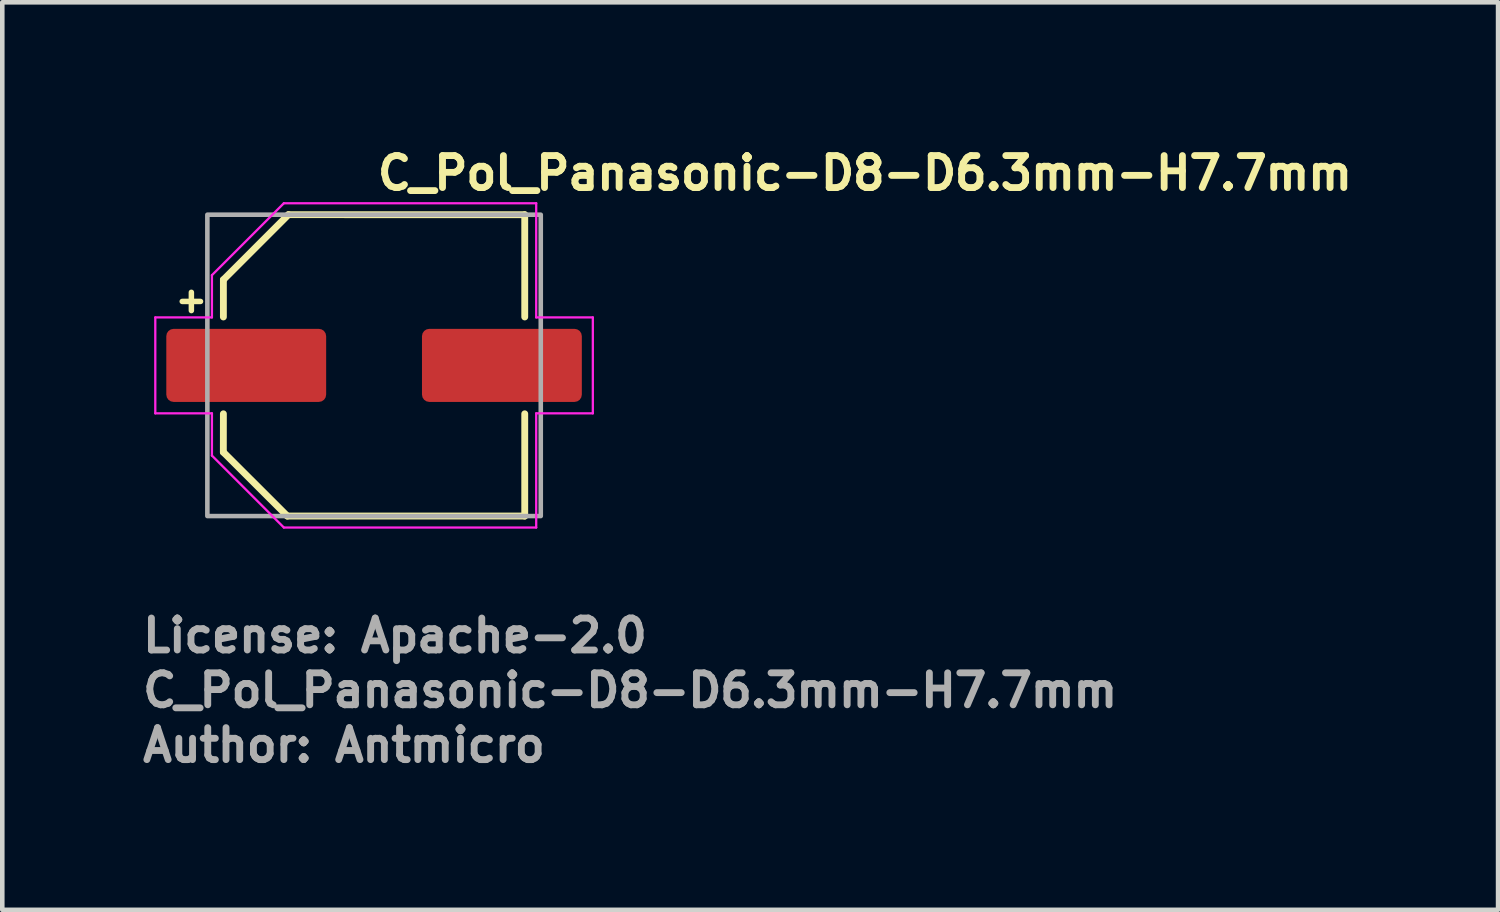
<source format=kicad_pcb>
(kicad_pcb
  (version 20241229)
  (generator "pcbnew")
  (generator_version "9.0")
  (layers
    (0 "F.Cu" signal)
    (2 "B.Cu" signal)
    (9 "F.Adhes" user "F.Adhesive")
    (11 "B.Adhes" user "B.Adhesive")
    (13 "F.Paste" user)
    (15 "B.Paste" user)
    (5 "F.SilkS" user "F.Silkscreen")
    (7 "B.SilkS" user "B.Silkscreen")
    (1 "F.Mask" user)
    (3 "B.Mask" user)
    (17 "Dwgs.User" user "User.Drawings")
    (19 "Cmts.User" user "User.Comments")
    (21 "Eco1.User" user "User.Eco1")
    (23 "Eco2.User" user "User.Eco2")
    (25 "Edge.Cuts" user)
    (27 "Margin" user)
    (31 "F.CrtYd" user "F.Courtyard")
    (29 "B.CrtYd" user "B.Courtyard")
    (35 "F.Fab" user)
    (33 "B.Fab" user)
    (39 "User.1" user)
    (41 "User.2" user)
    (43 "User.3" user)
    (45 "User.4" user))
  (footprint "C_Pol_Panasonic-D8-D6.3mm-H7.7mm"
    (layer "F.Cu")
    (at 5.14 4.95)
    (property "Reference" "C_Pol_Panasonic-D8-D6.3mm-H7.7mm" (at 0 -3.8 0) (layer "F.SilkS") (effects (font (size 0.7 0.7) (thickness 0.15)) (justify left bottom)))
    (attr smd)
    (fp_line (start -4.2 -1.4) (end -3.8 -1.4) (stroke (width 0.12) (type solid)) (layer "F.SilkS"))
    (fp_line (start -4 -1.6) (end -4 -1.2) (stroke (width 0.12) (type solid)) (layer "F.SilkS"))
    (fp_line (start -3.3 1.9) (end -3.299 1.06) (stroke (width 0.15) (type solid)) (layer "F.SilkS"))
    (fp_line (start -3.3 1.9) (end -1.899 3.299) (stroke (width 0.15) (type solid)) (layer "F.SilkS"))
    (fp_line (start -3.299 -1.875) (end -3.299 -1.06) (stroke (width 0.15) (type solid)) (layer "F.SilkS"))
    (fp_line (start -3.299 -1.875) (end -1.875 -3.3) (stroke (width 0.15) (type solid)) (layer "F.SilkS"))
    (fp_line (start -1.899 3.299) (end 3.299 3.299) (stroke (width 0.15) (type solid)) (layer "F.SilkS"))
    (fp_line (start -1.875 -3.3) (end 3.299 -3.299) (stroke (width 0.15) (type solid)) (layer "F.SilkS"))
    (fp_line (start 3.299 -3.299) (end 3.299 -1.06) (stroke (width 0.15) (type solid)) (layer "F.SilkS"))
    (fp_line (start 3.299 3.299) (end 3.299 1.06) (stroke (width 0.15) (type solid)) (layer "F.SilkS"))
    (fp_line (start -4.79 1.05) (end -4.79 -1.05) (stroke (width 0.05) (type solid)) (layer "F.CrtYd"))
    (fp_line (start -4.79 1.05) (end -3.55 1.05) (stroke (width 0.05) (type solid)) (layer "F.CrtYd"))
    (fp_line (start -3.55 -1.975) (end -3.55 -1.05) (stroke (width 0.05) (type solid)) (layer "F.CrtYd"))
    (fp_line (start -3.55 -1.975) (end -1.975 -3.55) (stroke (width 0.05) (type solid)) (layer "F.CrtYd"))
    (fp_line (start -3.55 -1.05) (end -4.79 -1.05) (stroke (width 0.05) (type solid)) (layer "F.CrtYd"))
    (fp_line (start -3.55 1.975) (end -3.55 1.05) (stroke (width 0.05) (type solid)) (layer "F.CrtYd"))
    (fp_line (start -1.975 -3.55) (end 3.55 -3.55) (stroke (width 0.05) (type solid)) (layer "F.CrtYd"))
    (fp_line (start -1.975 3.55) (end -3.55 1.975) (stroke (width 0.05) (type solid)) (layer "F.CrtYd"))
    (fp_line (start -1.975 3.55) (end 3.55 3.55) (stroke (width 0.05) (type solid)) (layer "F.CrtYd"))
    (fp_line (start 3.55 -3.55) (end 3.55 -1.05) (stroke (width 0.05) (type solid)) (layer "F.CrtYd"))
    (fp_line (start 3.55 -1.05) (end 4.79 -1.05) (stroke (width 0.05) (type solid)) (layer "F.CrtYd"))
    (fp_line (start 3.55 1.05) (end 3.55 3.55) (stroke (width 0.05) (type solid)) (layer "F.CrtYd"))
    (fp_line (start 4.79 -1.05) (end 4.79 1.05) (stroke (width 0.05) (type solid)) (layer "F.CrtYd"))
    (fp_line (start 4.79 1.05) (end 3.55 1.05) (stroke (width 0.05) (type solid)) (layer "F.CrtYd"))
    (fp_rect (start -3.65 -3.299) (end 3.65 3.299) (stroke (width 0.1) (type solid)) (fill no) (layer "F.Fab"))
    (fp_rect (start -3.65 -3.299) (end 3.65 3.299) (stroke (width 0.1) (type solid)) (fill no) (layer "User.5"))
    (fp_line (start -3.65 0.325) (end -3.65 -0.325) (stroke (width 0.02) (type solid)) (layer "User.9"))
    (fp_line (start -3.299 -1.1) (end -3.299 -1.899) (stroke (width 0.02) (type solid)) (layer "User.9"))
    (fp_line (start -3.299 -1.1) (end -3.299 1.1) (stroke (width 0.02) (type solid)) (layer "User.9"))
    (fp_line (start -3.299 -1.1) (end -3.057 -1.1) (stroke (width 0.02) (type solid)) (layer "User.9"))
    (fp_line (start -3.299 -0.325) (end -3.65 -0.325) (stroke (width 0.02) (type solid)) (layer "User.9"))
    (fp_line (start -3.299 0.325) (end -3.65 0.325) (stroke (width 0.02) (type solid)) (layer "User.9"))
    (fp_line (start -3.299 1.899) (end -3.299 1.1) (stroke (width 0.02) (type solid)) (layer "User.9"))
    (fp_line (start -3.299 1.899) (end -1.899 3.299) (stroke (width 0.02) (type solid)) (layer "User.9"))
    (fp_line (start -3.149 0) (end -3.145 -0.162) (stroke (width 0.02) (type solid)) (layer "User.9"))
    (fp_line (start -3.149 0) (end -3.145 -0.162) (stroke (width 0.02) (type solid)) (layer "User.9"))
    (fp_line (start -3.149 0) (end -3.145 -0.162) (stroke (width 0.02) (type solid)) (layer "User.9"))
    (fp_line (start -3.145 -0.162) (end -3.133 -0.321) (stroke (width 0.02) (type solid)) (layer "User.9"))
    (fp_line (start -3.145 -0.162) (end -3.133 -0.321) (stroke (width 0.02) (type solid)) (layer "User.9"))
    (fp_line (start -3.145 -0.162) (end -3.133 -0.321) (stroke (width 0.02) (type solid)) (layer "User.9"))
    (fp_line (start -3.145 0.162) (end -3.149 0) (stroke (width 0.02) (type solid)) (layer "User.9"))
    (fp_line (start -3.133 -0.321) (end -3.113 -0.479) (stroke (width 0.02) (type solid)) (layer "User.9"))
    (fp_line (start -3.133 -0.321) (end -3.113 -0.479) (stroke (width 0.02) (type solid)) (layer "User.9"))
    (fp_line (start -3.133 -0.321) (end -3.113 -0.479) (stroke (width 0.02) (type solid)) (layer "User.9"))
    (fp_line (start -3.133 0.322) (end -3.145 0.162) (stroke (width 0.02) (type solid)) (layer "User.9"))
    (fp_line (start -3.113 -0.479) (end -3.085 -0.634) (stroke (width 0.02) (type solid)) (layer "User.9"))
    (fp_line (start -3.113 -0.479) (end -3.085 -0.634) (stroke (width 0.02) (type solid)) (layer "User.9"))
    (fp_line (start -3.113 -0.479) (end -3.085 -0.634) (stroke (width 0.02) (type solid)) (layer "User.9"))
    (fp_line (start -3.113 0.479) (end -3.133 0.322) (stroke (width 0.02) (type solid)) (layer "User.9"))
    (fp_line (start -3.085 -0.634) (end -3.049 -0.786) (stroke (width 0.02) (type solid)) (layer "User.9"))
    (fp_line (start -3.085 -0.634) (end -3.049 -0.786) (stroke (width 0.02) (type solid)) (layer "User.9"))
    (fp_line (start -3.085 -0.634) (end -3.049 -0.786) (stroke (width 0.02) (type solid)) (layer "User.9"))
    (fp_line (start -3.085 0.634) (end -3.113 0.479) (stroke (width 0.02) (type solid)) (layer "User.9"))
    (fp_line (start -3.057 -1.1) (end -2.992 -1.268) (stroke (width 0.02) (type solid)) (layer "User.9"))
    (fp_line (start -3.057 1.1) (end -3.299 1.1) (stroke (width 0.02) (type solid)) (layer "User.9"))
    (fp_line (start -3.049 -0.786) (end -3.008 -0.936) (stroke (width 0.02) (type solid)) (layer "User.9"))
    (fp_line (start -3.049 -0.786) (end -3.008 -0.936) (stroke (width 0.02) (type solid)) (layer "User.9"))
    (fp_line (start -3.049 -0.786) (end -3.008 -0.936) (stroke (width 0.02) (type solid)) (layer "User.9"))
    (fp_line (start -3.049 0.787) (end -3.085 0.634) (stroke (width 0.02) (type solid)) (layer "User.9"))
    (fp_line (start -3.008 -0.936) (end -2.957 -1.082) (stroke (width 0.02) (type solid)) (layer "User.9"))
    (fp_line (start -3.008 -0.936) (end -2.957 -1.082) (stroke (width 0.02) (type solid)) (layer "User.9"))
    (fp_line (start -3.008 -0.936) (end -2.957 -1.082) (stroke (width 0.02) (type solid)) (layer "User.9"))
    (fp_line (start -3.008 0.936) (end -3.049 0.787) (stroke (width 0.02) (type solid)) (layer "User.9"))
    (fp_line (start -2.992 -1.268) (end -2.916 -1.432) (stroke (width 0.02) (type solid)) (layer "User.9"))
    (fp_line (start -2.992 1.268) (end -3.057 1.1) (stroke (width 0.02) (type solid)) (layer "User.9"))
    (fp_line (start -2.957 -1.082) (end -2.902 -1.225) (stroke (width 0.02) (type solid)) (layer "User.9"))
    (fp_line (start -2.957 -1.082) (end -2.902 -1.225) (stroke (width 0.02) (type solid)) (layer "User.9"))
    (fp_line (start -2.957 -1.082) (end -2.902 -1.225) (stroke (width 0.02) (type solid)) (layer "User.9"))
    (fp_line (start -2.957 1.082) (end -3.008 0.936) (stroke (width 0.02) (type solid)) (layer "User.9"))
    (fp_line (start -2.916 -1.432) (end -2.832 -1.591) (stroke (width 0.02) (type solid)) (layer "User.9"))
    (fp_line (start -2.916 1.432) (end -2.992 1.268) (stroke (width 0.02) (type solid)) (layer "User.9"))
    (fp_line (start -2.902 -1.225) (end -2.839 -1.365) (stroke (width 0.02) (type solid)) (layer "User.9"))
    (fp_line (start -2.902 -1.225) (end -2.839 -1.365) (stroke (width 0.02) (type solid)) (layer "User.9"))
    (fp_line (start -2.902 -1.225) (end -2.839 -1.365) (stroke (width 0.02) (type solid)) (layer "User.9"))
    (fp_line (start -2.902 1.225) (end -2.957 1.082) (stroke (width 0.02) (type solid)) (layer "User.9"))
    (fp_line (start -2.839 -1.365) (end -2.77 -1.5) (stroke (width 0.02) (type solid)) (layer "User.9"))
    (fp_line (start -2.839 -1.365) (end -2.77 -1.5) (stroke (width 0.02) (type solid)) (layer "User.9"))
    (fp_line (start -2.839 -1.365) (end -2.77 -1.5) (stroke (width 0.02) (type solid)) (layer "User.9"))
    (fp_line (start -2.838 1.365) (end -2.902 1.225) (stroke (width 0.02) (type solid)) (layer "User.9"))
    (fp_line (start -2.832 -1.591) (end -2.743 -1.744) (stroke (width 0.02) (type solid)) (layer "User.9"))
    (fp_line (start -2.832 1.591) (end -2.916 1.432) (stroke (width 0.02) (type solid)) (layer "User.9"))
    (fp_line (start -2.77 -1.5) (end -2.694 -1.632) (stroke (width 0.02) (type solid)) (layer "User.9"))
    (fp_line (start -2.77 -1.5) (end -2.694 -1.632) (stroke (width 0.02) (type solid)) (layer "User.9"))
    (fp_line (start -2.77 -1.5) (end -2.694 -1.632) (stroke (width 0.02) (type solid)) (layer "User.9"))
    (fp_line (start -2.77 1.501) (end -2.838 1.365) (stroke (width 0.02) (type solid)) (layer "User.9"))
    (fp_line (start -2.743 -1.744) (end -2.642 -1.892) (stroke (width 0.02) (type solid)) (layer "User.9"))
    (fp_line (start -2.743 1.744) (end -2.832 1.591) (stroke (width 0.02) (type solid)) (layer "User.9"))
    (fp_line (start -2.694 -1.632) (end -2.612 -1.76) (stroke (width 0.02) (type solid)) (layer "User.9"))
    (fp_line (start -2.694 -1.632) (end -2.612 -1.76) (stroke (width 0.02) (type solid)) (layer "User.9"))
    (fp_line (start -2.694 -1.632) (end -2.612 -1.76) (stroke (width 0.02) (type solid)) (layer "User.9"))
    (fp_line (start -2.694 1.632) (end -2.77 1.501) (stroke (width 0.02) (type solid)) (layer "User.9"))
    (fp_line (start -2.642 -1.892) (end -2.535 -2.032) (stroke (width 0.02) (type solid)) (layer "User.9"))
    (fp_line (start -2.642 1.892) (end -2.743 1.744) (stroke (width 0.02) (type solid)) (layer "User.9"))
    (fp_line (start -2.612 -1.76) (end -2.524 -1.883) (stroke (width 0.02) (type solid)) (layer "User.9"))
    (fp_line (start -2.612 -1.76) (end -2.524 -1.883) (stroke (width 0.02) (type solid)) (layer "User.9"))
    (fp_line (start -2.612 -1.76) (end -2.524 -1.883) (stroke (width 0.02) (type solid)) (layer "User.9"))
    (fp_line (start -2.612 1.76) (end -2.694 1.632) (stroke (width 0.02) (type solid)) (layer "User.9"))
    (fp_line (start -2.535 -2.032) (end -2.42 -2.169) (stroke (width 0.02) (type solid)) (layer "User.9"))
    (fp_line (start -2.535 2.032) (end -2.642 1.892) (stroke (width 0.02) (type solid)) (layer "User.9"))
    (fp_line (start -2.524 -1.883) (end -2.431 -2.002) (stroke (width 0.02) (type solid)) (layer "User.9"))
    (fp_line (start -2.524 -1.883) (end -2.431 -2.002) (stroke (width 0.02) (type solid)) (layer "User.9"))
    (fp_line (start -2.524 -1.883) (end -2.431 -2.002) (stroke (width 0.02) (type solid)) (layer "User.9"))
    (fp_line (start -2.524 1.884) (end -2.612 1.76) (stroke (width 0.02) (type solid)) (layer "User.9"))
    (fp_line (start -2.431 -2.002) (end -2.332 -2.117) (stroke (width 0.02) (type solid)) (layer "User.9"))
    (fp_line (start -2.431 -2.002) (end -2.332 -2.117) (stroke (width 0.02) (type solid)) (layer "User.9"))
    (fp_line (start -2.431 -2.002) (end -2.332 -2.117) (stroke (width 0.02) (type solid)) (layer "User.9"))
    (fp_line (start -2.431 2.003) (end -2.524 1.884) (stroke (width 0.02) (type solid)) (layer "User.9"))
    (fp_line (start -2.42 -2.169) (end -2.299 -2.298) (stroke (width 0.02) (type solid)) (layer "User.9"))
    (fp_line (start -2.42 2.169) (end -2.535 2.032) (stroke (width 0.02) (type solid)) (layer "User.9"))
    (fp_line (start -2.332 -2.117) (end -2.227 -2.226) (stroke (width 0.02) (type solid)) (layer "User.9"))
    (fp_line (start -2.332 -2.117) (end -2.227 -2.226) (stroke (width 0.02) (type solid)) (layer "User.9"))
    (fp_line (start -2.332 -2.117) (end -2.227 -2.226) (stroke (width 0.02) (type solid)) (layer "User.9"))
    (fp_line (start -2.332 2.117) (end -2.431 2.003) (stroke (width 0.02) (type solid)) (layer "User.9"))
    (fp_line (start -2.299 -2.298) (end -2.17 -2.42) (stroke (width 0.02) (type solid)) (layer "User.9"))
    (fp_line (start -2.299 2.298) (end -2.42 2.169) (stroke (width 0.02) (type solid)) (layer "User.9"))
    (fp_line (start -2.227 -2.226) (end -2.118 -2.33) (stroke (width 0.02) (type solid)) (layer "User.9"))
    (fp_line (start -2.227 -2.226) (end -2.118 -2.33) (stroke (width 0.02) (type solid)) (layer "User.9"))
    (fp_line (start -2.227 -2.226) (end -2.118 -2.33) (stroke (width 0.02) (type solid)) (layer "User.9"))
    (fp_line (start -2.227 2.226) (end -2.332 2.117) (stroke (width 0.02) (type solid)) (layer "User.9"))
    (fp_line (start -2.17 -2.42) (end -2.032 -2.534) (stroke (width 0.02) (type solid)) (layer "User.9"))
    (fp_line (start -2.17 2.42) (end -2.299 2.298) (stroke (width 0.02) (type solid)) (layer "User.9"))
    (fp_line (start -2.118 -2.33) (end -2.004 -2.429) (stroke (width 0.02) (type solid)) (layer "User.9"))
    (fp_line (start -2.118 -2.33) (end -2.004 -2.429) (stroke (width 0.02) (type solid)) (layer "User.9"))
    (fp_line (start -2.118 -2.33) (end -2.004 -2.429) (stroke (width 0.02) (type solid)) (layer "User.9"))
    (fp_line (start -2.118 2.33) (end -2.227 2.226) (stroke (width 0.02) (type solid)) (layer "User.9"))
    (fp_line (start -2.032 -2.534) (end -1.892 -2.642) (stroke (width 0.02) (type solid)) (layer "User.9"))
    (fp_line (start -2.032 2.534) (end -2.17 2.42) (stroke (width 0.02) (type solid)) (layer "User.9"))
    (fp_line (start -2.004 -2.429) (end -1.884 -2.523) (stroke (width 0.02) (type solid)) (layer "User.9"))
    (fp_line (start -2.004 -2.429) (end -1.884 -2.523) (stroke (width 0.02) (type solid)) (layer "User.9"))
    (fp_line (start -2.004 -2.429) (end -1.884 -2.523) (stroke (width 0.02) (type solid)) (layer "User.9"))
    (fp_line (start -2.004 2.429) (end -2.118 2.33) (stroke (width 0.02) (type solid)) (layer "User.9"))
    (fp_line (start -1.899 -3.299) (end -3.299 -1.899) (stroke (width 0.02) (type solid)) (layer "User.9"))
    (fp_line (start -1.899 -3.299) (end -1.099 -3.299) (stroke (width 0.02) (type solid)) (layer "User.9"))
    (fp_line (start -1.892 -2.642) (end -1.744 -2.742) (stroke (width 0.02) (type solid)) (layer "User.9"))
    (fp_line (start -1.892 2.642) (end -2.032 2.534) (stroke (width 0.02) (type solid)) (layer "User.9"))
    (fp_line (start -1.884 -2.523) (end -1.76 -2.61) (stroke (width 0.02) (type solid)) (layer "User.9"))
    (fp_line (start -1.884 -2.523) (end -1.76 -2.61) (stroke (width 0.02) (type solid)) (layer "User.9"))
    (fp_line (start -1.884 -2.523) (end -1.76 -2.61) (stroke (width 0.02) (type solid)) (layer "User.9"))
    (fp_line (start -1.884 2.523) (end -2.004 2.429) (stroke (width 0.02) (type solid)) (layer "User.9"))
    (fp_line (start -1.76 -2.61) (end -1.633 -2.692) (stroke (width 0.02) (type solid)) (layer "User.9"))
    (fp_line (start -1.76 -2.61) (end -1.633 -2.692) (stroke (width 0.02) (type solid)) (layer "User.9"))
    (fp_line (start -1.76 -2.61) (end -1.633 -2.692) (stroke (width 0.02) (type solid)) (layer "User.9"))
    (fp_line (start -1.76 2.611) (end -1.884 2.523) (stroke (width 0.02) (type solid)) (layer "User.9"))
    (fp_line (start -1.744 -2.742) (end -1.591 -2.833) (stroke (width 0.02) (type solid)) (layer "User.9"))
    (fp_line (start -1.744 2.742) (end -1.892 2.642) (stroke (width 0.02) (type solid)) (layer "User.9"))
    (fp_line (start -1.633 -2.692) (end -1.502 -2.768) (stroke (width 0.02) (type solid)) (layer "User.9"))
    (fp_line (start -1.633 -2.692) (end -1.502 -2.768) (stroke (width 0.02) (type solid)) (layer "User.9"))
    (fp_line (start -1.633 -2.692) (end -1.502 -2.768) (stroke (width 0.02) (type solid)) (layer "User.9"))
    (fp_line (start -1.633 2.693) (end -1.76 2.611) (stroke (width 0.02) (type solid)) (layer "User.9"))
    (fp_line (start -1.591 -2.833) (end -1.432 -2.917) (stroke (width 0.02) (type solid)) (layer "User.9"))
    (fp_line (start -1.591 2.833) (end -1.744 2.742) (stroke (width 0.02) (type solid)) (layer "User.9"))
    (fp_line (start -1.502 -2.768) (end -1.365 -2.838) (stroke (width 0.02) (type solid)) (layer "User.9"))
    (fp_line (start -1.502 -2.768) (end -1.365 -2.838) (stroke (width 0.02) (type solid)) (layer "User.9"))
    (fp_line (start -1.502 -2.768) (end -1.365 -2.838) (stroke (width 0.02) (type solid)) (layer "User.9"))
    (fp_line (start -1.502 2.768) (end -1.633 2.693) (stroke (width 0.02) (type solid)) (layer "User.9"))
    (fp_line (start -1.432 -2.917) (end -1.268 -2.992) (stroke (width 0.02) (type solid)) (layer "User.9"))
    (fp_line (start -1.432 2.917) (end -1.591 2.833) (stroke (width 0.02) (type solid)) (layer "User.9"))
    (fp_line (start -1.365 -2.838) (end -1.226 -2.901) (stroke (width 0.02) (type solid)) (layer "User.9"))
    (fp_line (start -1.365 -2.838) (end -1.226 -2.901) (stroke (width 0.02) (type solid)) (layer "User.9"))
    (fp_line (start -1.365 -2.838) (end -1.226 -2.901) (stroke (width 0.02) (type solid)) (layer "User.9"))
    (fp_line (start -1.365 2.838) (end -1.502 2.768) (stroke (width 0.02) (type solid)) (layer "User.9"))
    (fp_line (start -1.268 -2.992) (end -1.099 -3.058) (stroke (width 0.02) (type solid)) (layer "User.9"))
    (fp_line (start -1.268 2.992) (end -1.432 2.917) (stroke (width 0.02) (type solid)) (layer "User.9"))
    (fp_line (start -1.226 -2.901) (end -1.083 -2.957) (stroke (width 0.02) (type solid)) (layer "User.9"))
    (fp_line (start -1.226 -2.901) (end -1.083 -2.957) (stroke (width 0.02) (type solid)) (layer "User.9"))
    (fp_line (start -1.226 -2.901) (end -1.083 -2.957) (stroke (width 0.02) (type solid)) (layer "User.9"))
    (fp_line (start -1.226 2.901) (end -1.365 2.838) (stroke (width 0.02) (type solid)) (layer "User.9"))
    (fp_line (start -1.099 -3.299) (end -1.099 -3.058) (stroke (width 0.02) (type solid)) (layer "User.9"))
    (fp_line (start -1.099 3.058) (end -1.268 2.992) (stroke (width 0.02) (type solid)) (layer "User.9"))
    (fp_line (start -1.099 3.058) (end -1.099 3.299) (stroke (width 0.02) (type solid)) (layer "User.9"))
    (fp_line (start -1.099 3.299) (end -1.899 3.299) (stroke (width 0.02) (type solid)) (layer "User.9"))
    (fp_line (start -1.099 3.299) (end 1.1 3.299) (stroke (width 0.02) (type solid)) (layer "User.9"))
    (fp_line (start -1.083 -2.957) (end -0.936 -3.007) (stroke (width 0.02) (type solid)) (layer "User.9"))
    (fp_line (start -1.083 -2.957) (end -0.936 -3.007) (stroke (width 0.02) (type solid)) (layer "User.9"))
    (fp_line (start -1.083 -2.957) (end -0.936 -3.007) (stroke (width 0.02) (type solid)) (layer "User.9"))
    (fp_line (start -1.083 2.957) (end -1.226 2.901) (stroke (width 0.02) (type solid)) (layer "User.9"))
    (fp_line (start -0.936 -3.007) (end -0.787 -3.049) (stroke (width 0.02) (type solid)) (layer "User.9"))
    (fp_line (start -0.936 -3.007) (end -0.787 -3.049) (stroke (width 0.02) (type solid)) (layer "User.9"))
    (fp_line (start -0.936 -3.007) (end -0.787 -3.049) (stroke (width 0.02) (type solid)) (layer "User.9"))
    (fp_line (start -0.936 3.007) (end -1.083 2.957) (stroke (width 0.02) (type solid)) (layer "User.9"))
    (fp_line (start -0.787 -3.049) (end -0.634 -3.084) (stroke (width 0.02) (type solid)) (layer "User.9"))
    (fp_line (start -0.787 -3.049) (end -0.634 -3.084) (stroke (width 0.02) (type solid)) (layer "User.9"))
    (fp_line (start -0.787 -3.049) (end -0.634 -3.084) (stroke (width 0.02) (type solid)) (layer "User.9"))
    (fp_line (start -0.786 3.049) (end -0.936 3.007) (stroke (width 0.02) (type solid)) (layer "User.9"))
    (fp_line (start -0.634 -3.084) (end -0.48 -3.112) (stroke (width 0.02) (type solid)) (layer "User.9"))
    (fp_line (start -0.634 -3.084) (end -0.48 -3.112) (stroke (width 0.02) (type solid)) (layer "User.9"))
    (fp_line (start -0.634 -3.084) (end -0.48 -3.112) (stroke (width 0.02) (type solid)) (layer "User.9"))
    (fp_line (start -0.634 3.084) (end -0.786 3.049) (stroke (width 0.02) (type solid)) (layer "User.9"))
    (fp_line (start -0.48 -3.112) (end -0.322 -3.132) (stroke (width 0.02) (type solid)) (layer "User.9"))
    (fp_line (start -0.48 -3.112) (end -0.322 -3.132) (stroke (width 0.02) (type solid)) (layer "User.9"))
    (fp_line (start -0.48 -3.112) (end -0.322 -3.132) (stroke (width 0.02) (type solid)) (layer "User.9"))
    (fp_line (start -0.48 3.112) (end -0.634 3.084) (stroke (width 0.02) (type solid)) (layer "User.9"))
    (fp_line (start -0.322 -3.132) (end -0.162 -3.144) (stroke (width 0.02) (type solid)) (layer "User.9"))
    (fp_line (start -0.322 -3.132) (end -0.162 -3.144) (stroke (width 0.02) (type solid)) (layer "User.9"))
    (fp_line (start -0.322 -3.132) (end -0.162 -3.144) (stroke (width 0.02) (type solid)) (layer "User.9"))
    (fp_line (start -0.322 3.132) (end -0.48 3.112) (stroke (width 0.02) (type solid)) (layer "User.9"))
    (fp_line (start -0.162 -3.144) (end 0 -3.148) (stroke (width 0.02) (type solid)) (layer "User.9"))
    (fp_line (start -0.162 -3.144) (end 0 -3.148) (stroke (width 0.02) (type solid)) (layer "User.9"))
    (fp_line (start -0.162 -3.144) (end 0 -3.148) (stroke (width 0.02) (type solid)) (layer "User.9"))
    (fp_line (start -0.161 3.144) (end -0.322 3.132) (stroke (width 0.02) (type solid)) (layer "User.9"))
    (fp_line (start 0 -3.148) (end 0 -3.148) (stroke (width 0.02) (type solid)) (layer "User.9"))
    (fp_line (start 0 -3.148) (end 0 -3.148) (stroke (width 0.02) (type solid)) (layer "User.9"))
    (fp_line (start 0 -3.148) (end 0 -3.148) (stroke (width 0.02) (type solid)) (layer "User.9"))
    (fp_line (start 0 -3.148) (end 0.161 -3.144) (stroke (width 0.02) (type solid)) (layer "User.9"))
    (fp_line (start 0 -3.148) (end 0.161 -3.144) (stroke (width 0.02) (type solid)) (layer "User.9"))
    (fp_line (start 0 -3.148) (end 0.161 -3.144) (stroke (width 0.02) (type solid)) (layer "User.9"))
    (fp_line (start 0 3.148) (end -0.161 3.144) (stroke (width 0.02) (type solid)) (layer "User.9"))
    (fp_line (start 0 3.148) (end 0 3.148) (stroke (width 0.02) (type solid)) (layer "User.9"))
    (fp_line (start 0.161 -3.144) (end 0.321 -3.132) (stroke (width 0.02) (type solid)) (layer "User.9"))
    (fp_line (start 0.161 -3.144) (end 0.321 -3.132) (stroke (width 0.02) (type solid)) (layer "User.9"))
    (fp_line (start 0.161 -3.144) (end 0.321 -3.132) (stroke (width 0.02) (type solid)) (layer "User.9"))
    (fp_line (start 0.161 3.144) (end 0 3.148) (stroke (width 0.02) (type solid)) (layer "User.9"))
    (fp_line (start 0.321 -3.132) (end 0.479 -3.112) (stroke (width 0.02) (type solid)) (layer "User.9"))
    (fp_line (start 0.321 -3.132) (end 0.479 -3.112) (stroke (width 0.02) (type solid)) (layer "User.9"))
    (fp_line (start 0.321 -3.132) (end 0.479 -3.112) (stroke (width 0.02) (type solid)) (layer "User.9"))
    (fp_line (start 0.322 3.132) (end 0.161 3.144) (stroke (width 0.02) (type solid)) (layer "User.9"))
    (fp_line (start 0.479 -3.112) (end 0.634 -3.084) (stroke (width 0.02) (type solid)) (layer "User.9"))
    (fp_line (start 0.479 -3.112) (end 0.634 -3.084) (stroke (width 0.02) (type solid)) (layer "User.9"))
    (fp_line (start 0.479 -3.112) (end 0.634 -3.084) (stroke (width 0.02) (type solid)) (layer "User.9"))
    (fp_line (start 0.479 3.112) (end 0.322 3.132) (stroke (width 0.02) (type solid)) (layer "User.9"))
    (fp_line (start 0.5 -2.799) (end 0.5 2.799) (stroke (width 0.02) (type solid)) (layer "User.9"))
    (fp_line (start 0.5 2.799) (end 0.626 2.774) (stroke (width 0.02) (type solid)) (layer "User.9"))
    (fp_line (start 0.626 -2.774) (end 0.5 -2.799) (stroke (width 0.02) (type solid)) (layer "User.9"))
    (fp_line (start 0.626 2.774) (end 0.749 2.743) (stroke (width 0.02) (type solid)) (layer "User.9"))
    (fp_line (start 0.634 -3.084) (end 0.786 -3.049) (stroke (width 0.02) (type solid)) (layer "User.9"))
    (fp_line (start 0.634 -3.084) (end 0.786 -3.049) (stroke (width 0.02) (type solid)) (layer "User.9"))
    (fp_line (start 0.634 -3.084) (end 0.786 -3.049) (stroke (width 0.02) (type solid)) (layer "User.9"))
    (fp_line (start 0.634 3.084) (end 0.479 3.112) (stroke (width 0.02) (type solid)) (layer "User.9"))
    (fp_line (start 0.749 -2.743) (end 0.626 -2.774) (stroke (width 0.02) (type solid)) (layer "User.9"))
    (fp_line (start 0.749 2.743) (end 0.871 2.707) (stroke (width 0.02) (type solid)) (layer "User.9"))
    (fp_line (start 0.786 -3.049) (end 0.935 -3.007) (stroke (width 0.02) (type solid)) (layer "User.9"))
    (fp_line (start 0.786 -3.049) (end 0.935 -3.007) (stroke (width 0.02) (type solid)) (layer "User.9"))
    (fp_line (start 0.786 -3.049) (end 0.935 -3.007) (stroke (width 0.02) (type solid)) (layer "User.9"))
    (fp_line (start 0.786 3.049) (end 0.634 3.084) (stroke (width 0.02) (type solid)) (layer "User.9"))
    (fp_line (start 0.871 -2.707) (end 0.749 -2.743) (stroke (width 0.02) (type solid)) (layer "User.9"))
    (fp_line (start 0.871 2.707) (end 0.99 2.666) (stroke (width 0.02) (type solid)) (layer "User.9"))
    (fp_line (start 0.935 -3.007) (end 1.082 -2.957) (stroke (width 0.02) (type solid)) (layer "User.9"))
    (fp_line (start 0.935 -3.007) (end 1.082 -2.957) (stroke (width 0.02) (type solid)) (layer "User.9"))
    (fp_line (start 0.935 -3.007) (end 1.082 -2.957) (stroke (width 0.02) (type solid)) (layer "User.9"))
    (fp_line (start 0.935 3.007) (end 0.786 3.049) (stroke (width 0.02) (type solid)) (layer "User.9"))
    (fp_line (start 0.99 -2.666) (end 0.871 -2.707) (stroke (width 0.02) (type solid)) (layer "User.9"))
    (fp_line (start 0.99 2.666) (end 1.106 2.62) (stroke (width 0.02) (type solid)) (layer "User.9"))
    (fp_line (start 1.082 -2.957) (end 1.225 -2.901) (stroke (width 0.02) (type solid)) (layer "User.9"))
    (fp_line (start 1.082 -2.957) (end 1.225 -2.901) (stroke (width 0.02) (type solid)) (layer "User.9"))
    (fp_line (start 1.082 -2.957) (end 1.225 -2.901) (stroke (width 0.02) (type solid)) (layer "User.9"))
    (fp_line (start 1.082 2.957) (end 0.935 3.007) (stroke (width 0.02) (type solid)) (layer "User.9"))
    (fp_line (start 1.1 -3.299) (end -1.099 -3.299) (stroke (width 0.02) (type solid)) (layer "User.9"))
    (fp_line (start 1.1 -3.299) (end 1.1 -3.058) (stroke (width 0.02) (type solid)) (layer "User.9"))
    (fp_line (start 1.1 3.058) (end 1.1 3.299) (stroke (width 0.02) (type solid)) (layer "User.9"))
    (fp_line (start 1.1 3.058) (end 1.268 2.992) (stroke (width 0.02) (type solid)) (layer "User.9"))
    (fp_line (start 1.1 3.299) (end 2.5 3.299) (stroke (width 0.02) (type solid)) (layer "User.9"))
    (fp_line (start 1.106 -2.62) (end 0.99 -2.666) (stroke (width 0.02) (type solid)) (layer "User.9"))
    (fp_line (start 1.106 2.62) (end 1.22 2.569) (stroke (width 0.02) (type solid)) (layer "User.9"))
    (fp_line (start 1.22 -2.569) (end 1.106 -2.62) (stroke (width 0.02) (type solid)) (layer "User.9"))
    (fp_line (start 1.22 2.569) (end 1.33 2.514) (stroke (width 0.02) (type solid)) (layer "User.9"))
    (fp_line (start 1.225 -2.901) (end 1.364 -2.838) (stroke (width 0.02) (type solid)) (layer "User.9"))
    (fp_line (start 1.225 -2.901) (end 1.364 -2.838) (stroke (width 0.02) (type solid)) (layer "User.9"))
    (fp_line (start 1.225 -2.901) (end 1.364 -2.838) (stroke (width 0.02) (type solid)) (layer "User.9"))
    (fp_line (start 1.225 2.901) (end 1.082 2.957) (stroke (width 0.02) (type solid)) (layer "User.9"))
    (fp_line (start 1.268 -2.992) (end 1.1 -3.058) (stroke (width 0.02) (type solid)) (layer "User.9"))
    (fp_line (start 1.268 2.992) (end 1.432 2.917) (stroke (width 0.02) (type solid)) (layer "User.9"))
    (fp_line (start 1.33 -2.514) (end 1.22 -2.569) (stroke (width 0.02) (type solid)) (layer "User.9"))
    (fp_line (start 1.33 2.514) (end 1.438 2.454) (stroke (width 0.02) (type solid)) (layer "User.9"))
    (fp_line (start 1.364 -2.838) (end 1.5 -2.768) (stroke (width 0.02) (type solid)) (layer "User.9"))
    (fp_line (start 1.364 -2.838) (end 1.5 -2.768) (stroke (width 0.02) (type solid)) (layer "User.9"))
    (fp_line (start 1.364 -2.838) (end 1.5 -2.768) (stroke (width 0.02) (type solid)) (layer "User.9"))
    (fp_line (start 1.364 2.838) (end 1.225 2.901) (stroke (width 0.02) (type solid)) (layer "User.9"))
    (fp_line (start 1.432 -2.917) (end 1.268 -2.992) (stroke (width 0.02) (type solid)) (layer "User.9"))
    (fp_line (start 1.432 2.917) (end 1.59 2.833) (stroke (width 0.02) (type solid)) (layer "User.9"))
    (fp_line (start 1.438 -2.454) (end 1.33 -2.514) (stroke (width 0.02) (type solid)) (layer "User.9"))
    (fp_line (start 1.438 2.454) (end 1.543 2.389) (stroke (width 0.02) (type solid)) (layer "User.9"))
    (fp_line (start 1.5 -2.768) (end 1.632 -2.693) (stroke (width 0.02) (type solid)) (layer "User.9"))
    (fp_line (start 1.5 -2.768) (end 1.632 -2.693) (stroke (width 0.02) (type solid)) (layer "User.9"))
    (fp_line (start 1.5 -2.768) (end 1.632 -2.693) (stroke (width 0.02) (type solid)) (layer "User.9"))
    (fp_line (start 1.5 2.768) (end 1.364 2.838) (stroke (width 0.02) (type solid)) (layer "User.9"))
    (fp_line (start 1.543 -2.389) (end 1.438 -2.454) (stroke (width 0.02) (type solid)) (layer "User.9"))
    (fp_line (start 1.543 2.389) (end 1.644 2.32) (stroke (width 0.02) (type solid)) (layer "User.9"))
    (fp_line (start 1.59 -2.833) (end 1.432 -2.917) (stroke (width 0.02) (type solid)) (layer "User.9"))
    (fp_line (start 1.59 2.833) (end 1.744 2.742) (stroke (width 0.02) (type solid)) (layer "User.9"))
    (fp_line (start 1.632 -2.693) (end 1.76 -2.611) (stroke (width 0.02) (type solid)) (layer "User.9"))
    (fp_line (start 1.632 -2.693) (end 1.76 -2.611) (stroke (width 0.02) (type solid)) (layer "User.9"))
    (fp_line (start 1.632 -2.693) (end 1.76 -2.611) (stroke (width 0.02) (type solid)) (layer "User.9"))
    (fp_line (start 1.633 2.692) (end 1.5 2.768) (stroke (width 0.02) (type solid)) (layer "User.9"))
    (fp_line (start 1.644 -2.32) (end 1.543 -2.389) (stroke (width 0.02) (type solid)) (layer "User.9"))
    (fp_line (start 1.644 2.32) (end 1.742 2.247) (stroke (width 0.02) (type solid)) (layer "User.9"))
    (fp_line (start 1.742 -2.247) (end 1.644 -2.32) (stroke (width 0.02) (type solid)) (layer "User.9"))
    (fp_line (start 1.742 2.247) (end 1.837 2.17) (stroke (width 0.02) (type solid)) (layer "User.9"))
    (fp_line (start 1.744 -2.742) (end 1.59 -2.833) (stroke (width 0.02) (type solid)) (layer "User.9"))
    (fp_line (start 1.744 2.742) (end 1.891 2.642) (stroke (width 0.02) (type solid)) (layer "User.9"))
    (fp_line (start 1.76 -2.611) (end 1.883 -2.523) (stroke (width 0.02) (type solid)) (layer "User.9"))
    (fp_line (start 1.76 -2.611) (end 1.883 -2.523) (stroke (width 0.02) (type solid)) (layer "User.9"))
    (fp_line (start 1.76 -2.611) (end 1.883 -2.523) (stroke (width 0.02) (type solid)) (layer "User.9"))
    (fp_line (start 1.76 2.61) (end 1.633 2.692) (stroke (width 0.02) (type solid)) (layer "User.9"))
    (fp_line (start 1.837 -2.17) (end 1.742 -2.247) (stroke (width 0.02) (type solid)) (layer "User.9"))
    (fp_line (start 1.837 2.17) (end 1.928 2.09) (stroke (width 0.02) (type solid)) (layer "User.9"))
    (fp_line (start 1.883 -2.523) (end 2.003 -2.429) (stroke (width 0.02) (type solid)) (layer "User.9"))
    (fp_line (start 1.883 -2.523) (end 2.003 -2.429) (stroke (width 0.02) (type solid)) (layer "User.9"))
    (fp_line (start 1.883 -2.523) (end 2.003 -2.429) (stroke (width 0.02) (type solid)) (layer "User.9"))
    (fp_line (start 1.883 2.523) (end 1.76 2.61) (stroke (width 0.02) (type solid)) (layer "User.9"))
    (fp_line (start 1.891 -2.642) (end 1.744 -2.742) (stroke (width 0.02) (type solid)) (layer "User.9"))
    (fp_line (start 1.891 2.642) (end 2.032 2.534) (stroke (width 0.02) (type solid)) (layer "User.9"))
    (fp_line (start 1.928 -2.09) (end 1.837 -2.17) (stroke (width 0.02) (type solid)) (layer "User.9"))
    (fp_line (start 1.928 2.09) (end 2.016 2.004) (stroke (width 0.02) (type solid)) (layer "User.9"))
    (fp_line (start 2.003 -2.429) (end 2.117 -2.33) (stroke (width 0.02) (type solid)) (layer "User.9"))
    (fp_line (start 2.003 -2.429) (end 2.117 -2.33) (stroke (width 0.02) (type solid)) (layer "User.9"))
    (fp_line (start 2.003 -2.429) (end 2.117 -2.33) (stroke (width 0.02) (type solid)) (layer "User.9"))
    (fp_line (start 2.003 2.429) (end 1.883 2.523) (stroke (width 0.02) (type solid)) (layer "User.9"))
    (fp_line (start 2.016 -2.004) (end 1.928 -2.09) (stroke (width 0.02) (type solid)) (layer "User.9"))
    (fp_line (start 2.016 2.004) (end 2.1 1.917) (stroke (width 0.02) (type solid)) (layer "User.9"))
    (fp_line (start 2.032 -2.534) (end 1.891 -2.642) (stroke (width 0.02) (type solid)) (layer "User.9"))
    (fp_line (start 2.032 2.534) (end 2.169 2.42) (stroke (width 0.02) (type solid)) (layer "User.9"))
    (fp_line (start 2.1 -1.917) (end 2.016 -2.004) (stroke (width 0.02) (type solid)) (layer "User.9"))
    (fp_line (start 2.1 1.917) (end 2.18 1.825) (stroke (width 0.02) (type solid)) (layer "User.9"))
    (fp_line (start 2.117 -2.33) (end 2.226 -2.226) (stroke (width 0.02) (type solid)) (layer "User.9"))
    (fp_line (start 2.117 -2.33) (end 2.226 -2.226) (stroke (width 0.02) (type solid)) (layer "User.9"))
    (fp_line (start 2.117 -2.33) (end 2.226 -2.226) (stroke (width 0.02) (type solid)) (layer "User.9"))
    (fp_line (start 2.117 2.33) (end 2.003 2.429) (stroke (width 0.02) (type solid)) (layer "User.9"))
    (fp_line (start 2.169 -2.42) (end 2.032 -2.534) (stroke (width 0.02) (type solid)) (layer "User.9"))
    (fp_line (start 2.169 2.42) (end 2.298 2.298) (stroke (width 0.02) (type solid)) (layer "User.9"))
    (fp_line (start 2.18 -1.825) (end 2.1 -1.917) (stroke (width 0.02) (type solid)) (layer "User.9"))
    (fp_line (start 2.18 1.825) (end 2.255 1.73) (stroke (width 0.02) (type solid)) (layer "User.9"))
    (fp_line (start 2.226 -2.226) (end 2.331 -2.117) (stroke (width 0.02) (type solid)) (layer "User.9"))
    (fp_line (start 2.226 -2.226) (end 2.331 -2.117) (stroke (width 0.02) (type solid)) (layer "User.9"))
    (fp_line (start 2.226 -2.226) (end 2.331 -2.117) (stroke (width 0.02) (type solid)) (layer "User.9"))
    (fp_line (start 2.227 2.226) (end 2.117 2.33) (stroke (width 0.02) (type solid)) (layer "User.9"))
    (fp_line (start 2.255 -1.73) (end 2.18 -1.825) (stroke (width 0.02) (type solid)) (layer "User.9"))
    (fp_line (start 2.255 1.73) (end 2.328 1.632) (stroke (width 0.02) (type solid)) (layer "User.9"))
    (fp_line (start 2.298 -2.298) (end 2.169 -2.42) (stroke (width 0.02) (type solid)) (layer "User.9"))
    (fp_line (start 2.298 2.298) (end 2.42 2.169) (stroke (width 0.02) (type solid)) (layer "User.9"))
    (fp_line (start 2.328 -1.632) (end 2.255 -1.73) (stroke (width 0.02) (type solid)) (layer "User.9"))
    (fp_line (start 2.328 1.632) (end 2.396 1.531) (stroke (width 0.02) (type solid)) (layer "User.9"))
    (fp_line (start 2.331 -2.117) (end 2.43 -2.003) (stroke (width 0.02) (type solid)) (layer "User.9"))
    (fp_line (start 2.331 -2.117) (end 2.43 -2.003) (stroke (width 0.02) (type solid)) (layer "User.9"))
    (fp_line (start 2.331 -2.117) (end 2.43 -2.003) (stroke (width 0.02) (type solid)) (layer "User.9"))
    (fp_line (start 2.331 2.117) (end 2.227 2.226) (stroke (width 0.02) (type solid)) (layer "User.9"))
    (fp_line (start 2.396 -1.531) (end 2.328 -1.632) (stroke (width 0.02) (type solid)) (layer "User.9"))
    (fp_line (start 2.396 1.531) (end 2.46 1.427) (stroke (width 0.02) (type solid)) (layer "User.9"))
    (fp_line (start 2.42 -2.169) (end 2.298 -2.298) (stroke (width 0.02) (type solid)) (layer "User.9"))
    (fp_line (start 2.42 2.169) (end 2.534 2.032) (stroke (width 0.02) (type solid)) (layer "User.9"))
    (fp_line (start 2.43 -2.003) (end 2.523 -1.884) (stroke (width 0.02) (type solid)) (layer "User.9"))
    (fp_line (start 2.43 -2.003) (end 2.523 -1.884) (stroke (width 0.02) (type solid)) (layer "User.9"))
    (fp_line (start 2.43 -2.003) (end 2.523 -1.884) (stroke (width 0.02) (type solid)) (layer "User.9"))
    (fp_line (start 2.43 2.002) (end 2.331 2.117) (stroke (width 0.02) (type solid)) (layer "User.9"))
    (fp_line (start 2.46 -1.427) (end 2.396 -1.531) (stroke (width 0.02) (type solid)) (layer "User.9"))
    (fp_line (start 2.46 1.427) (end 2.519 1.32) (stroke (width 0.02) (type solid)) (layer "User.9"))
    (fp_line (start 2.5 -3.299) (end 1.1 -3.299) (stroke (width 0.02) (type solid)) (layer "User.9"))
    (fp_line (start 2.5 3.299) (end 2.539 3.299) (stroke (width 0.02) (type solid)) (layer "User.9"))
    (fp_line (start 2.519 -1.32) (end 2.46 -1.427) (stroke (width 0.02) (type solid)) (layer "User.9"))
    (fp_line (start 2.519 1.32) (end 2.573 1.211) (stroke (width 0.02) (type solid)) (layer "User.9"))
    (fp_line (start 2.523 -1.884) (end 2.611 -1.76) (stroke (width 0.02) (type solid)) (layer "User.9"))
    (fp_line (start 2.523 -1.884) (end 2.611 -1.76) (stroke (width 0.02) (type solid)) (layer "User.9"))
    (fp_line (start 2.523 -1.884) (end 2.611 -1.76) (stroke (width 0.02) (type solid)) (layer "User.9"))
    (fp_line (start 2.523 1.883) (end 2.43 2.002) (stroke (width 0.02) (type solid)) (layer "User.9"))
    (fp_line (start 2.534 -2.032) (end 2.42 -2.169) (stroke (width 0.02) (type solid)) (layer "User.9"))
    (fp_line (start 2.534 2.032) (end 2.642 1.892) (stroke (width 0.02) (type solid)) (layer "User.9"))
    (fp_line (start 2.539 -3.299) (end 2.5 -3.299) (stroke (width 0.02) (type solid)) (layer "User.9"))
    (fp_line (start 2.539 3.299) (end 2.579 3.296) (stroke (width 0.02) (type solid)) (layer "User.9"))
    (fp_line (start 2.573 -1.211) (end 2.519 -1.32) (stroke (width 0.02) (type solid)) (layer "User.9"))
    (fp_line (start 2.573 1.211) (end 2.622 1.099) (stroke (width 0.02) (type solid)) (layer "User.9"))
    (fp_line (start 2.579 -3.296) (end 2.539 -3.299) (stroke (width 0.02) (type solid)) (layer "User.9"))
    (fp_line (start 2.579 3.296) (end 2.618 3.291) (stroke (width 0.02) (type solid)) (layer "User.9"))
    (fp_line (start 2.611 -1.76) (end 2.693 -1.632) (stroke (width 0.02) (type solid)) (layer "User.9"))
    (fp_line (start 2.611 -1.76) (end 2.693 -1.632) (stroke (width 0.02) (type solid)) (layer "User.9"))
    (fp_line (start 2.611 -1.76) (end 2.693 -1.632) (stroke (width 0.02) (type solid)) (layer "User.9"))
    (fp_line (start 2.611 1.76) (end 2.523 1.883) (stroke (width 0.02) (type solid)) (layer "User.9"))
    (fp_line (start 2.618 -3.291) (end 2.579 -3.296) (stroke (width 0.02) (type solid)) (layer "User.9"))
    (fp_line (start 2.618 3.291) (end 2.656 3.284) (stroke (width 0.02) (type solid)) (layer "User.9"))
    (fp_line (start 2.622 -1.099) (end 2.573 -1.211) (stroke (width 0.02) (type solid)) (layer "User.9"))
    (fp_line (start 2.622 1.099) (end 2.668 0.984) (stroke (width 0.02) (type solid)) (layer "User.9"))
    (fp_line (start 2.642 -1.892) (end 2.534 -2.032) (stroke (width 0.02) (type solid)) (layer "User.9"))
    (fp_line (start 2.642 1.892) (end 2.742 1.744) (stroke (width 0.02) (type solid)) (layer "User.9"))
    (fp_line (start 2.656 -3.284) (end 2.618 -3.291) (stroke (width 0.02) (type solid)) (layer "User.9"))
    (fp_line (start 2.656 3.284) (end 2.695 3.275) (stroke (width 0.02) (type solid)) (layer "User.9"))
    (fp_line (start 2.668 -0.984) (end 2.622 -1.099) (stroke (width 0.02) (type solid)) (layer "User.9"))
    (fp_line (start 2.668 0.984) (end 2.707 0.868) (stroke (width 0.02) (type solid)) (layer "User.9"))
    (fp_line (start 2.693 -1.632) (end 2.769 -1.501) (stroke (width 0.02) (type solid)) (layer "User.9"))
    (fp_line (start 2.693 -1.632) (end 2.769 -1.501) (stroke (width 0.02) (type solid)) (layer "User.9"))
    (fp_line (start 2.693 -1.632) (end 2.769 -1.501) (stroke (width 0.02) (type solid)) (layer "User.9"))
    (fp_line (start 2.693 1.632) (end 2.611 1.76) (stroke (width 0.02) (type solid)) (layer "User.9"))
    (fp_line (start 2.695 -3.275) (end 2.656 -3.284) (stroke (width 0.02) (type solid)) (layer "User.9"))
    (fp_line (start 2.695 3.275) (end 2.731 3.265) (stroke (width 0.02) (type solid)) (layer "User.9"))
    (fp_line (start 2.707 -0.868) (end 2.668 -0.984) (stroke (width 0.02) (type solid)) (layer "User.9"))
    (fp_line (start 2.707 0.868) (end 2.744 0.749) (stroke (width 0.02) (type solid)) (layer "User.9"))
    (fp_line (start 2.731 -3.265) (end 2.695 -3.275) (stroke (width 0.02) (type solid)) (layer "User.9"))
    (fp_line (start 2.731 3.265) (end 2.769 3.253) (stroke (width 0.02) (type solid)) (layer "User.9"))
    (fp_line (start 2.742 -1.744) (end 2.642 -1.892) (stroke (width 0.02) (type solid)) (layer "User.9"))
    (fp_line (start 2.742 1.744) (end 2.832 1.591) (stroke (width 0.02) (type solid)) (layer "User.9"))
    (fp_line (start 2.744 -0.749) (end 2.707 -0.868) (stroke (width 0.02) (type solid)) (layer "User.9"))
    (fp_line (start 2.744 0.749) (end 2.774 0.628) (stroke (width 0.02) (type solid)) (layer "User.9"))
    (fp_line (start 2.769 -3.253) (end 2.731 -3.265) (stroke (width 0.02) (type solid)) (layer "User.9"))
    (fp_line (start 2.769 -1.501) (end 2.838 -1.365) (stroke (width 0.02) (type solid)) (layer "User.9"))
    (fp_line (start 2.769 -1.501) (end 2.838 -1.365) (stroke (width 0.02) (type solid)) (layer "User.9"))
    (fp_line (start 2.769 -1.501) (end 2.838 -1.365) (stroke (width 0.02) (type solid)) (layer "User.9"))
    (fp_line (start 2.769 1.5) (end 2.693 1.632) (stroke (width 0.02) (type solid)) (layer "User.9"))
    (fp_line (start 2.769 3.253) (end 2.806 3.239) (stroke (width 0.02) (type solid)) (layer "User.9"))
    (fp_line (start 2.774 -0.628) (end 2.744 -0.749) (stroke (width 0.02) (type solid)) (layer "User.9"))
    (fp_line (start 2.774 0.628) (end 2.799 0.506) (stroke (width 0.02) (type solid)) (layer "User.9"))
    (fp_line (start 2.799 -0.506) (end 2.774 -0.628) (stroke (width 0.02) (type solid)) (layer "User.9"))
    (fp_line (start 2.799 0.506) (end 2.818 0.381) (stroke (width 0.02) (type solid)) (layer "User.9"))
    (fp_line (start 2.806 -3.239) (end 2.769 -3.253) (stroke (width 0.02) (type solid)) (layer "User.9"))
    (fp_line (start 2.806 3.239) (end 2.84 3.223) (stroke (width 0.02) (type solid)) (layer "User.9"))
    (fp_line (start 2.818 -0.381) (end 2.799 -0.506) (stroke (width 0.02) (type solid)) (layer "User.9"))
    (fp_line (start 2.818 0.381) (end 2.832 0.255) (stroke (width 0.02) (type solid)) (layer "User.9"))
    (fp_line (start 2.832 -1.591) (end 2.742 -1.744) (stroke (width 0.02) (type solid)) (layer "User.9"))
    (fp_line (start 2.832 -0.255) (end 2.818 -0.381) (stroke (width 0.02) (type solid)) (layer "User.9"))
    (fp_line (start 2.832 0.255) (end 2.84 0.128) (stroke (width 0.02) (type solid)) (layer "User.9"))
    (fp_line (start 2.832 1.591) (end 2.917 1.432) (stroke (width 0.02) (type solid)) (layer "User.9"))
    (fp_line (start 2.838 -1.365) (end 2.902 -1.225) (stroke (width 0.02) (type solid)) (layer "User.9"))
    (fp_line (start 2.838 -1.365) (end 2.902 -1.225) (stroke (width 0.02) (type solid)) (layer "User.9"))
    (fp_line (start 2.838 -1.365) (end 2.902 -1.225) (stroke (width 0.02) (type solid)) (layer "User.9"))
    (fp_line (start 2.839 1.365) (end 2.769 1.5) (stroke (width 0.02) (type solid)) (layer "User.9"))
    (fp_line (start 2.84 -3.223) (end 2.806 -3.239) (stroke (width 0.02) (type solid)) (layer "User.9"))
    (fp_line (start 2.84 -0.128) (end 2.832 -0.255) (stroke (width 0.02) (type solid)) (layer "User.9"))
    (fp_line (start 2.84 0.128) (end 2.844 0) (stroke (width 0.02) (type solid)) (layer "User.9"))
    (fp_line (start 2.84 3.223) (end 2.876 3.205) (stroke (width 0.02) (type solid)) (layer "User.9"))
    (fp_line (start 2.844 0) (end 2.84 -0.128) (stroke (width 0.02) (type solid)) (layer "User.9"))
    (fp_line (start 2.844 0) (end 2.844 0) (stroke (width 0.02) (type solid)) (layer "User.9"))
    (fp_line (start 2.876 -3.205) (end 2.84 -3.223) (stroke (width 0.02) (type solid)) (layer "User.9"))
    (fp_line (start 2.876 3.205) (end 2.91 3.186) (stroke (width 0.02) (type solid)) (layer "User.9"))
    (fp_line (start 2.902 -1.225) (end 2.958 -1.082) (stroke (width 0.02) (type solid)) (layer "User.9"))
    (fp_line (start 2.902 -1.225) (end 2.958 -1.082) (stroke (width 0.02) (type solid)) (layer "User.9"))
    (fp_line (start 2.902 -1.225) (end 2.958 -1.082) (stroke (width 0.02) (type solid)) (layer "User.9"))
    (fp_line (start 2.902 1.225) (end 2.839 1.365) (stroke (width 0.02) (type solid)) (layer "User.9"))
    (fp_line (start 2.91 -3.186) (end 2.876 -3.205) (stroke (width 0.02) (type solid)) (layer "User.9"))
    (fp_line (start 2.91 3.186) (end 2.943 3.165) (stroke (width 0.02) (type solid)) (layer "User.9"))
    (fp_line (start 2.917 -1.432) (end 2.832 -1.591) (stroke (width 0.02) (type solid)) (layer "User.9"))
    (fp_line (start 2.917 1.432) (end 2.992 1.268) (stroke (width 0.02) (type solid)) (layer "User.9"))
    (fp_line (start 2.943 -3.165) (end 2.91 -3.186) (stroke (width 0.02) (type solid)) (layer "User.9"))
    (fp_line (start 2.943 3.165) (end 2.975 3.143) (stroke (width 0.02) (type solid)) (layer "User.9"))
    (fp_line (start 2.958 -1.082) (end 3.008 -0.936) (stroke (width 0.02) (type solid)) (layer "User.9"))
    (fp_line (start 2.958 -1.082) (end 3.008 -0.936) (stroke (width 0.02) (type solid)) (layer "User.9"))
    (fp_line (start 2.958 -1.082) (end 3.008 -0.936) (stroke (width 0.02) (type solid)) (layer "User.9"))
    (fp_line (start 2.958 1.082) (end 2.902 1.225) (stroke (width 0.02) (type solid)) (layer "User.9"))
    (fp_line (start 2.975 -3.143) (end 2.943 -3.165) (stroke (width 0.02) (type solid)) (layer "User.9"))
    (fp_line (start 2.975 3.143) (end 3.007 3.118) (stroke (width 0.02) (type solid)) (layer "User.9"))
    (fp_line (start 2.992 -1.268) (end 2.917 -1.432) (stroke (width 0.02) (type solid)) (layer "User.9"))
    (fp_line (start 2.992 1.268) (end 3.058 1.1) (stroke (width 0.02) (type solid)) (layer "User.9"))
    (fp_line (start 3.007 -3.118) (end 2.975 -3.143) (stroke (width 0.02) (type solid)) (layer "User.9"))
    (fp_line (start 3.007 3.118) (end 3.036 3.093) (stroke (width 0.02) (type solid)) (layer "User.9"))
    (fp_line (start 3.008 -0.936) (end 3.05 -0.787) (stroke (width 0.02) (type solid)) (layer "User.9"))
    (fp_line (start 3.008 -0.936) (end 3.05 -0.787) (stroke (width 0.02) (type solid)) (layer "User.9"))
    (fp_line (start 3.008 -0.936) (end 3.05 -0.787) (stroke (width 0.02) (type solid)) (layer "User.9"))
    (fp_line (start 3.008 0.936) (end 2.958 1.082) (stroke (width 0.02) (type solid)) (layer "User.9"))
    (fp_line (start 3.036 -3.093) (end 3.007 -3.118) (stroke (width 0.02) (type solid)) (layer "User.9"))
    (fp_line (start 3.036 3.093) (end 3.065 3.065) (stroke (width 0.02) (type solid)) (layer "User.9"))
    (fp_line (start 3.05 -0.787) (end 3.085 -0.634) (stroke (width 0.02) (type solid)) (layer "User.9"))
    (fp_line (start 3.05 -0.787) (end 3.085 -0.634) (stroke (width 0.02) (type solid)) (layer "User.9"))
    (fp_line (start 3.05 -0.787) (end 3.085 -0.634) (stroke (width 0.02) (type solid)) (layer "User.9"))
    (fp_line (start 3.05 0.786) (end 3.008 0.936) (stroke (width 0.02) (type solid)) (layer "User.9"))
    (fp_line (start 3.058 -1.1) (end 2.992 -1.268) (stroke (width 0.02) (type solid)) (layer "User.9"))
    (fp_line (start 3.058 1.1) (end 3.3 1.1) (stroke (width 0.02) (type solid)) (layer "User.9"))
    (fp_line (start 3.065 -3.065) (end 3.036 -3.093) (stroke (width 0.02) (type solid)) (layer "User.9"))
    (fp_line (start 3.065 -3.065) (end 3.065 -3.065) (stroke (width 0.02) (type solid)) (layer "User.9"))
    (fp_line (start 3.065 3.065) (end 3.065 3.065) (stroke (width 0.02) (type solid)) (layer "User.9"))
    (fp_line (start 3.065 3.065) (end 3.093 3.036) (stroke (width 0.02) (type solid)) (layer "User.9"))
    (fp_line (start 3.085 -0.634) (end 3.113 -0.479) (stroke (width 0.02) (type solid)) (layer "User.9"))
    (fp_line (start 3.085 -0.634) (end 3.113 -0.479) (stroke (width 0.02) (type solid)) (layer "User.9"))
    (fp_line (start 3.085 -0.634) (end 3.113 -0.479) (stroke (width 0.02) (type solid)) (layer "User.9"))
    (fp_line (start 3.085 0.634) (end 3.05 0.786) (stroke (width 0.02) (type solid)) (layer "User.9"))
    (fp_line (start 3.093 -3.036) (end 3.065 -3.065) (stroke (width 0.02) (type solid)) (layer "User.9"))
    (fp_line (start 3.093 3.036) (end 3.118 3.007) (stroke (width 0.02) (type solid)) (layer "User.9"))
    (fp_line (start 3.113 -0.479) (end 3.133 -0.322) (stroke (width 0.02) (type solid)) (layer "User.9"))
    (fp_line (start 3.113 -0.479) (end 3.133 -0.322) (stroke (width 0.02) (type solid)) (layer "User.9"))
    (fp_line (start 3.113 -0.479) (end 3.133 -0.322) (stroke (width 0.02) (type solid)) (layer "User.9"))
    (fp_line (start 3.113 0.479) (end 3.085 0.634) (stroke (width 0.02) (type solid)) (layer "User.9"))
    (fp_line (start 3.118 -3.007) (end 3.093 -3.036) (stroke (width 0.02) (type solid)) (layer "User.9"))
    (fp_line (start 3.118 3.007) (end 3.143 2.975) (stroke (width 0.02) (type solid)) (layer "User.9"))
    (fp_line (start 3.133 -0.322) (end 3.145 -0.162) (stroke (width 0.02) (type solid)) (layer "User.9"))
    (fp_line (start 3.133 -0.322) (end 3.145 -0.162) (stroke (width 0.02) (type solid)) (layer "User.9"))
    (fp_line (start 3.133 -0.322) (end 3.145 -0.162) (stroke (width 0.02) (type solid)) (layer "User.9"))
    (fp_line (start 3.133 0.321) (end 3.113 0.479) (stroke (width 0.02) (type solid)) (layer "User.9"))
    (fp_line (start 3.143 -2.975) (end 3.118 -3.007) (stroke (width 0.02) (type solid)) (layer "User.9"))
    (fp_line (start 3.143 2.975) (end 3.165 2.943) (stroke (width 0.02) (type solid)) (layer "User.9"))
    (fp_line (start 3.145 -0.162) (end 3.149 0) (stroke (width 0.02) (type solid)) (layer "User.9"))
    (fp_line (start 3.145 -0.162) (end 3.149 0) (stroke (width 0.02) (type solid)) (layer "User.9"))
    (fp_line (start 3.145 -0.162) (end 3.149 0) (stroke (width 0.02) (type solid)) (layer "User.9"))
    (fp_line (start 3.145 0.162) (end 3.133 0.321) (stroke (width 0.02) (type solid)) (layer "User.9"))
    (fp_line (start 3.15 0) (end 3.145 0.162) (stroke (width 0.02) (type solid)) (layer "User.9"))
    (fp_line (start 3.165 -2.943) (end 3.143 -2.975) (stroke (width 0.02) (type solid)) (layer "User.9"))
    (fp_line (start 3.165 2.943) (end 3.186 2.91) (stroke (width 0.02) (type solid)) (layer "User.9"))
    (fp_line (start 3.186 -2.91) (end 3.165 -2.943) (stroke (width 0.02) (type solid)) (layer "User.9"))
    (fp_line (start 3.186 2.91) (end 3.205 2.876) (stroke (width 0.02) (type solid)) (layer "User.9"))
    (fp_line (start 3.205 -2.876) (end 3.186 -2.91) (stroke (width 0.02) (type solid)) (layer "User.9"))
    (fp_line (start 3.205 2.876) (end 3.223 2.841) (stroke (width 0.02) (type solid)) (layer "User.9"))
    (fp_line (start 3.223 -2.841) (end 3.205 -2.876) (stroke (width 0.02) (type solid)) (layer "User.9"))
    (fp_line (start 3.223 2.841) (end 3.239 2.806) (stroke (width 0.02) (type solid)) (layer "User.9"))
    (fp_line (start 3.239 -2.806) (end 3.223 -2.841) (stroke (width 0.02) (type solid)) (layer "User.9"))
    (fp_line (start 3.239 2.806) (end 3.253 2.769) (stroke (width 0.02) (type solid)) (layer "User.9"))
    (fp_line (start 3.253 -2.769) (end 3.239 -2.806) (stroke (width 0.02) (type solid)) (layer "User.9"))
    (fp_line (start 3.253 2.769) (end 3.265 2.732) (stroke (width 0.02) (type solid)) (layer "User.9"))
    (fp_line (start 3.265 -2.732) (end 3.253 -2.769) (stroke (width 0.02) (type solid)) (layer "User.9"))
    (fp_line (start 3.265 2.732) (end 3.275 2.695) (stroke (width 0.02) (type solid)) (layer "User.9"))
    (fp_line (start 3.275 -2.695) (end 3.265 -2.732) (stroke (width 0.02) (type solid)) (layer "User.9"))
    (fp_line (start 3.275 2.695) (end 3.284 2.656) (stroke (width 0.02) (type solid)) (layer "User.9"))
    (fp_line (start 3.284 -2.656) (end 3.275 -2.695) (stroke (width 0.02) (type solid)) (layer "User.9"))
    (fp_line (start 3.284 2.656) (end 3.291 2.618) (stroke (width 0.02) (type solid)) (layer "User.9"))
    (fp_line (start 3.291 -2.618) (end 3.284 -2.656) (stroke (width 0.02) (type solid)) (layer "User.9"))
    (fp_line (start 3.291 2.618) (end 3.295 2.579) (stroke (width 0.02) (type solid)) (layer "User.9"))
    (fp_line (start 3.295 -2.579) (end 3.291 -2.618) (stroke (width 0.02) (type solid)) (layer "User.9"))
    (fp_line (start 3.295 2.579) (end 3.299 2.539) (stroke (width 0.02) (type solid)) (layer "User.9"))
    (fp_line (start 3.299 -2.539) (end 3.295 -2.579) (stroke (width 0.02) (type solid)) (layer "User.9"))
    (fp_line (start 3.299 2.539) (end 3.3 2.5) (stroke (width 0.02) (type solid)) (layer "User.9"))
    (fp_line (start 3.3 -2.5) (end 3.299 -2.539) (stroke (width 0.02) (type solid)) (layer "User.9"))
    (fp_line (start 3.3 -1.1) (end 3.058 -1.1) (stroke (width 0.02) (type solid)) (layer "User.9"))
    (fp_line (start 3.3 -1.1) (end 3.3 -2.5) (stroke (width 0.02) (type solid)) (layer "User.9"))
    (fp_line (start 3.3 -0.325) (end 3.65 -0.325) (stroke (width 0.02) (type solid)) (layer "User.9"))
    (fp_line (start 3.3 0.325) (end 3.65 0.325) (stroke (width 0.02) (type solid)) (layer "User.9"))
    (fp_line (start 3.3 1.1) (end 3.3 -1.1) (stroke (width 0.02) (type solid)) (layer "User.9"))
    (fp_line (start 3.3 2.5) (end 3.3 1.1) (stroke (width 0.02) (type solid)) (layer "User.9"))
    (fp_line (start 3.65 -0.325) (end 3.65 0.325) (stroke (width 0.02) (type solid)) (layer "User.9"))
    (fp_text user "${REFERENCE}" (at -5.14 7.525 0) (layer "F.Fab") (effects (font (size 0.7 0.7) (thickness 0.15)) (justify left bottom)))
    (fp_text user "Author: Antmicro" (at -5.14 8.725 0) (layer "F.Fab") (effects (font (size 0.7 0.7) (thickness 0.15)) (justify left bottom)))
    (fp_text user "License: Apache-2.0" (at -5.14 6.325 0) (layer "F.Fab") (effects (font (size 0.7 0.7) (thickness 0.15)) (justify left bottom)))
    (pad "1" smd roundrect (at -2.799 0) (size 3.5 1.6) (layers "F.Cu" "F.Mask" "F.Paste") (roundrect_rratio 0.1))
    (pad "2" smd roundrect (at 2.799 0) (size 3.5 1.6) (layers "F.Cu" "F.Mask" "F.Paste") (roundrect_rratio 0.1)))
  (gr_rect
    (start -3 -3)
    (end 29.75 16.87)
    (stroke (width 0.1) (type default))
    (fill no)
    (layer "Edge.Cuts")))
</source>
